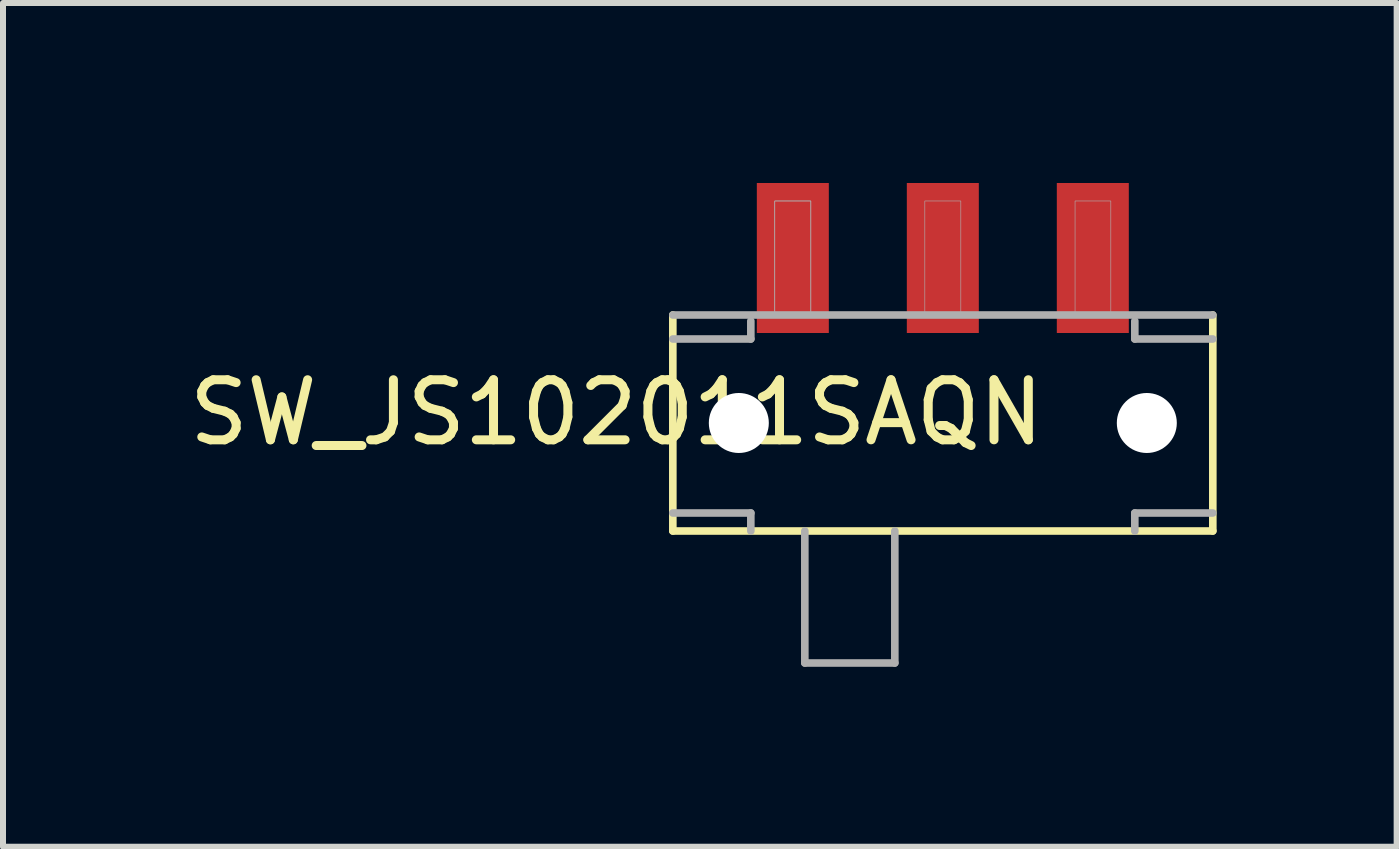
<source format=kicad_pcb>
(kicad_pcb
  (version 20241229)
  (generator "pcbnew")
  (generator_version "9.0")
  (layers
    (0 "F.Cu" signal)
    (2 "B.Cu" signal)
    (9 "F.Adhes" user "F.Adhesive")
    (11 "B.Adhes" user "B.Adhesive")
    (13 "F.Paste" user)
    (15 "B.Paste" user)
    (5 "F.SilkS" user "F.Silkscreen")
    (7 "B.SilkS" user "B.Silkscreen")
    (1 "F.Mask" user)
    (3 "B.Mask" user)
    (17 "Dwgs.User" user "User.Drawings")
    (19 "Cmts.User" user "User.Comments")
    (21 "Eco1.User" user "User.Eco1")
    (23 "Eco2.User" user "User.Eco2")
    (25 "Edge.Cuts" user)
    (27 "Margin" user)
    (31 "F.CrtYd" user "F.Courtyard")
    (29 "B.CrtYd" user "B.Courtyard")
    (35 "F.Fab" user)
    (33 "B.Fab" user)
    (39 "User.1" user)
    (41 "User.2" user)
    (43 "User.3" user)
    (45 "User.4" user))
  (footprint "SW_JS102011SAQN"
    (layer "F.Cu")
    (at 12.664 4)
    (property "Reference" "SW_JS102011SAQN" (at -5.439 -0.175 180) (layer "F.SilkS") (effects (font (size 1.001 1.001) (thickness 0.15))))
    (attr smd)
    (fp_line (start -4.5 -1.8) (end -4.5 1.8) (stroke (width 0.127) (type solid)) (layer "F.SilkS"))
    (fp_line (start -4.5 1.8) (end 4.5 1.8) (stroke (width 0.127) (type solid)) (layer "F.SilkS"))
    (fp_line (start 4.5 -1.8) (end 4.5 1.8) (stroke (width 0.127) (type solid)) (layer "F.SilkS"))
    (fp_line (start -4.5 -1.8) (end 4.5 -1.8) (stroke (width 0.127) (type solid)) (layer "F.Fab"))
    (fp_line (start -4.5 -1.4) (end -3.2 -1.4) (stroke (width 0.127) (type solid)) (layer "F.Fab"))
    (fp_line (start -4.5 1.5) (end -3.2 1.5) (stroke (width 0.127) (type solid)) (layer "F.Fab"))
    (fp_line (start -3.2 -1.7) (end -3.2 -1.4) (stroke (width 0.127) (type solid)) (layer "F.Fab"))
    (fp_line (start -3.2 1.5) (end -3.2 1.8) (stroke (width 0.127) (type solid)) (layer "F.Fab"))
    (fp_line (start -2.3 1.8) (end -2.3 4) (stroke (width 0.127) (type solid)) (layer "F.Fab"))
    (fp_line (start -2.3 4) (end -0.8 4) (stroke (width 0.127) (type solid)) (layer "F.Fab"))
    (fp_line (start -0.8 4) (end -0.8 1.8) (stroke (width 0.127) (type solid)) (layer "F.Fab"))
    (fp_line (start 3.2 -1.7) (end 3.2 -1.4) (stroke (width 0.127) (type solid)) (layer "F.Fab"))
    (fp_line (start 3.2 -1.4) (end 4.5 -1.4) (stroke (width 0.127) (type solid)) (layer "F.Fab"))
    (fp_line (start 3.2 1.5) (end 3.2 1.8) (stroke (width 0.127) (type solid)) (layer "F.Fab"))
    (fp_line (start 3.2 1.5) (end 4.5 1.5) (stroke (width 0.127) (type solid)) (layer "F.Fab"))
    (fp_poly (pts (xy -2.801 -3.7) (xy -2.2 -3.7) (xy -2.2 -1.801) (xy -2.801 -1.801)) (stroke (width 0.01) (type solid)) (fill no) (layer "F.Fab"))
    (fp_poly (pts (xy -2.801 -3.7) (xy -2.2 -3.7) (xy -2.2 -1.801) (xy -2.801 -1.801)) (stroke (width 0.01) (type solid)) (fill no) (layer "F.Fab"))
    (fp_poly (pts (xy -0.3 -3.7) (xy 0.3 -3.7) (xy 0.3 -1.8) (xy -0.3 -1.8)) (stroke (width 0.01) (type solid)) (fill no) (layer "F.Fab"))
    (fp_poly (pts (xy 2.204 -3.7) (xy 2.8 -3.7) (xy 2.8 -1.803) (xy 2.204 -1.803)) (stroke (width 0.01) (type solid)) (fill no) (layer "F.Fab"))
    (pad "" np_thru_hole circle (at -3.4 0) (size 1 1) (drill 1) (layers "*.Cu" "*.Mask"))
    (pad "" np_thru_hole circle (at 3.4 0) (size 1 1) (drill 1) (layers "*.Cu" "*.Mask"))
    (pad "1" smd rect (at -2.5 -2.75) (size 1.2 2.5) (layers "F.Cu" "F.Mask" "F.Paste"))
    (pad "2" smd rect (at 0 -2.75) (size 1.2 2.5) (layers "F.Cu" "F.Mask" "F.Paste"))
    (pad "3" smd rect (at 2.5 -2.75) (size 1.2 2.5) (layers "F.Cu" "F.Mask" "F.Paste")))
  (gr_rect
    (start -3 -3)
    (end 20.228 11.063)
    (stroke (width 0.1) (type default))
    (fill no)
    (layer "Edge.Cuts")))
</source>
